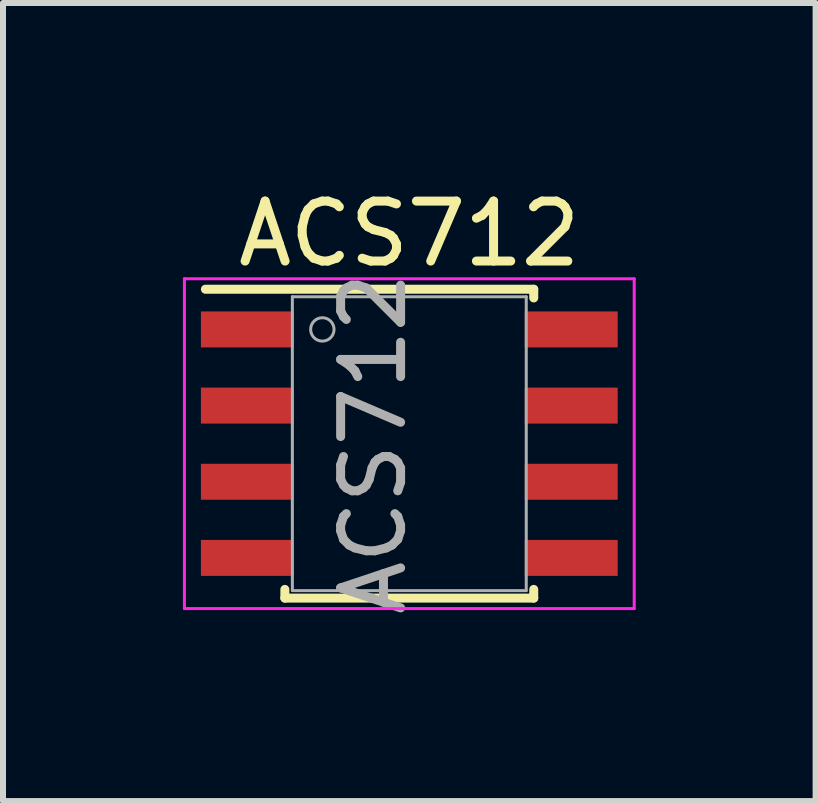
<source format=kicad_pcb>
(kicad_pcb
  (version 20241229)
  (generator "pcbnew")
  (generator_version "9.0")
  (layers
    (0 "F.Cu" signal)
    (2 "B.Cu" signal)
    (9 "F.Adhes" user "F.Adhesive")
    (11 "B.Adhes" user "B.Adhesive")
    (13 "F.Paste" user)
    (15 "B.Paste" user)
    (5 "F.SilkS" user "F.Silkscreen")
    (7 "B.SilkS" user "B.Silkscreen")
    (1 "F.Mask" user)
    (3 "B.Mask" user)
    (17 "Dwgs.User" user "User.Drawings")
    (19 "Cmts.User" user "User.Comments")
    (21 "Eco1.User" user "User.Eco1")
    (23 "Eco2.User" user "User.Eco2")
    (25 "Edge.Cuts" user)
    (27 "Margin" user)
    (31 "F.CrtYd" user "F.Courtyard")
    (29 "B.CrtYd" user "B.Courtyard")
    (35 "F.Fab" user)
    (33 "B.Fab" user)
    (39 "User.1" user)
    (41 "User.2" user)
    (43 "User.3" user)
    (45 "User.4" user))
  (footprint "ACS712"
    (layer "F.Cu")
    (at 3.775 4.348)
    (property "Reference" "ACS712" (at 0 -3.5 0) (layer "F.SilkS") (effects (font (size 1 1) (thickness 0.15))))
    (attr smd)
    (fp_line (start -3.4 -2.575) (end 2.075 -2.575) (stroke (width 0.15) (type solid)) (layer "F.SilkS"))
    (fp_line (start -2.075 2.575) (end -2.075 2.43) (stroke (width 0.15) (type solid)) (layer "F.SilkS"))
    (fp_line (start -2.075 2.575) (end 2.075 2.575) (stroke (width 0.15) (type solid)) (layer "F.SilkS"))
    (fp_line (start 2.075 -2.575) (end 2.075 -2.43) (stroke (width 0.15) (type solid)) (layer "F.SilkS"))
    (fp_line (start 2.075 2.575) (end 2.075 2.43) (stroke (width 0.15) (type solid)) (layer "F.SilkS"))
    (fp_line (start -3.75 -2.75) (end -3.75 2.75) (stroke (width 0.05) (type solid)) (layer "F.CrtYd"))
    (fp_line (start -3.75 -2.75) (end 3.75 -2.75) (stroke (width 0.05) (type solid)) (layer "F.CrtYd"))
    (fp_line (start -3.75 2.75) (end 3.75 2.75) (stroke (width 0.05) (type solid)) (layer "F.CrtYd"))
    (fp_line (start 3.75 -2.75) (end 3.75 2.75) (stroke (width 0.05) (type solid)) (layer "F.CrtYd"))
    (fp_line (start -1.95 -2.45) (end 1.95 -2.45) (stroke (width 0.05) (type solid)) (layer "F.Fab"))
    (fp_line (start -1.95 2.45) (end -1.95 -2.45) (stroke (width 0.05) (type solid)) (layer "F.Fab"))
    (fp_line (start 1.95 -2.45) (end 1.95 2.45) (stroke (width 0.05) (type solid)) (layer "F.Fab"))
    (fp_line (start 1.95 2.45) (end -1.95 2.45) (stroke (width 0.05) (type solid)) (layer "F.Fab"))
    (fp_circle (center -1.45 -1.905) (end -1.45 -2.1) (stroke (width 0.05) (type solid)) (fill no) (layer "F.Fab"))
    (fp_text user "${REFERENCE}" (at -0.6 0 90) (layer "F.Fab") (effects (font (size 1 1) (thickness 0.15))))
    (pad "1" smd rect (at -2.7 -1.905) (size 1.55 0.6) (layers "F.Cu" "F.Mask" "F.Paste"))
    (pad "2" smd rect (at -2.7 -0.635) (size 1.55 0.6) (layers "F.Cu" "F.Mask" "F.Paste"))
    (pad "3" smd rect (at -2.7 0.635) (size 1.55 0.6) (layers "F.Cu" "F.Mask" "F.Paste"))
    (pad "4" smd rect (at -2.7 1.905) (size 1.55 0.6) (layers "F.Cu" "F.Mask" "F.Paste"))
    (pad "5" smd rect (at 2.7 1.905) (size 1.55 0.6) (layers "F.Cu" "F.Mask" "F.Paste"))
    (pad "6" smd rect (at 2.7 0.635) (size 1.55 0.6) (layers "F.Cu" "F.Mask" "F.Paste"))
    (pad "7" smd rect (at 2.7 -0.635) (size 1.55 0.6) (layers "F.Cu" "F.Mask" "F.Paste"))
    (pad "8" smd rect (at 2.7 -1.905) (size 1.55 0.6) (layers "F.Cu" "F.Mask" "F.Paste")))
  (gr_rect
    (start -3 -3)
    (end 10.55 10.307)
    (stroke (width 0.1) (type default))
    (fill no)
    (layer "Edge.Cuts")))
</source>
